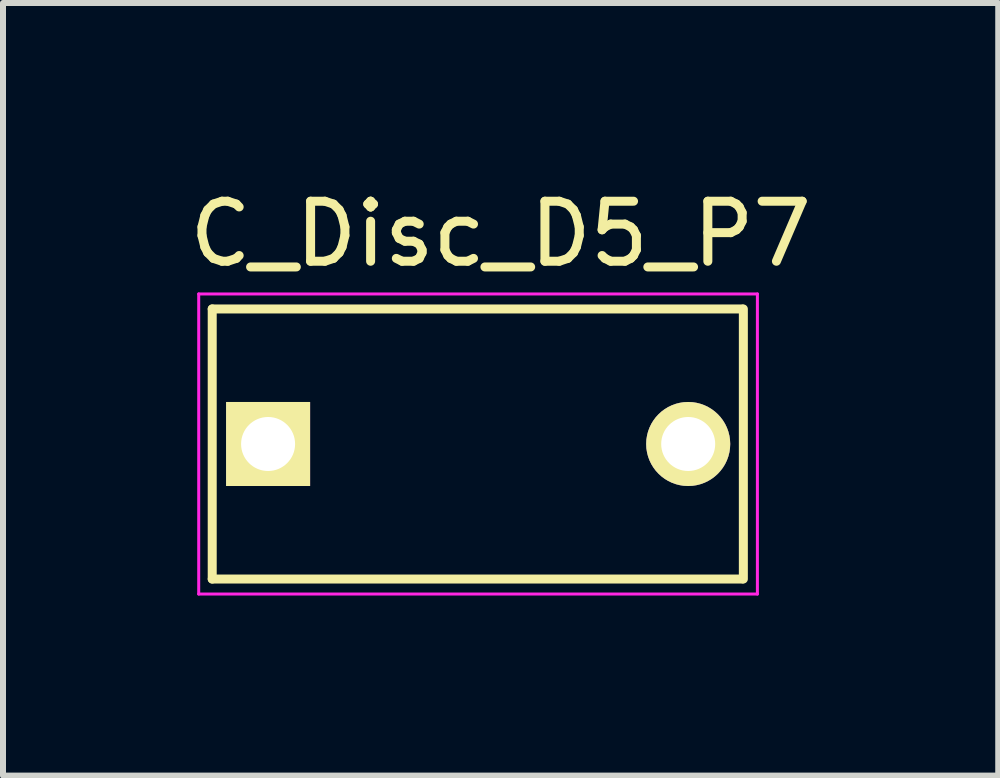
<source format=kicad_pcb>
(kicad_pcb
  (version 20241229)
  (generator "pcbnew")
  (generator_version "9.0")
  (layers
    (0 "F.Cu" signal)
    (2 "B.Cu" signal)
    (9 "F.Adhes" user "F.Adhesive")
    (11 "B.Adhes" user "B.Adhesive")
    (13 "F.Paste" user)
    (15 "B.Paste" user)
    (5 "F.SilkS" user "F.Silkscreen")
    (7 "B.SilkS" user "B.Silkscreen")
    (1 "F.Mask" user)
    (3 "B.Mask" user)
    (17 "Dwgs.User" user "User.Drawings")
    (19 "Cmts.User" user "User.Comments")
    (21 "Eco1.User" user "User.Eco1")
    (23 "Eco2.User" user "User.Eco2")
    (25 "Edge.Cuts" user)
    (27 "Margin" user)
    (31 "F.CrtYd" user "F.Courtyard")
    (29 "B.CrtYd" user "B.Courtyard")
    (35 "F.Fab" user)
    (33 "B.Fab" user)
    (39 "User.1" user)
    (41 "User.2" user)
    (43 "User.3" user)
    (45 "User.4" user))
  (footprint "C_Disc_D5_P7"
    (layer "F.Cu")
    (at 1.417 4.348)
    (property "Reference" "C_Disc_D5_P7" (at 3.875 -3.5 0) (layer "F.SilkS") (effects (font (size 1 1) (thickness 0.15))))
    (attr through_hole)
    (fp_line (start -0.931 -2.25) (end 7.899 -2.25) (stroke (width 0.15) (type solid)) (layer "F.SilkS"))
    (fp_line (start -0.931 2.25) (end -0.931 -2.25) (stroke (width 0.15) (type solid)) (layer "F.SilkS"))
    (fp_line (start 7.899 2.25) (end -0.931 2.25) (stroke (width 0.15) (type solid)) (layer "F.SilkS"))
    (fp_line (start 7.919 -2.25) (end 7.919 2.25) (stroke (width 0.15) (type solid)) (layer "F.SilkS"))
    (fp_line (start -1.156 -2.5) (end 8.153 -2.5) (stroke (width 0.05) (type solid)) (layer "F.CrtYd"))
    (fp_line (start -1.156 2.5) (end -1.156 -2.5) (stroke (width 0.05) (type solid)) (layer "F.CrtYd"))
    (fp_line (start 8.153 -2.5) (end 8.153 2.5) (stroke (width 0.05) (type solid)) (layer "F.CrtYd"))
    (fp_line (start 8.153 2.5) (end -1.156 2.5) (stroke (width 0.05) (type solid)) (layer "F.CrtYd"))
    (pad "1" thru_hole rect (at 0 0) (size 1.4 1.4) (drill 0.9) (layers "*.Cu" "*.Mask" "F.SilkS"))
    (pad "2" thru_hole circle (at 7 0) (size 1.4 1.4) (drill 0.9) (layers "*.Cu" "*.Mask" "F.SilkS")))
  (gr_rect
    (start -3 -3)
    (end 13.583 9.873)
    (stroke (width 0.1) (type default))
    (fill no)
    (layer "Edge.Cuts")))
</source>
